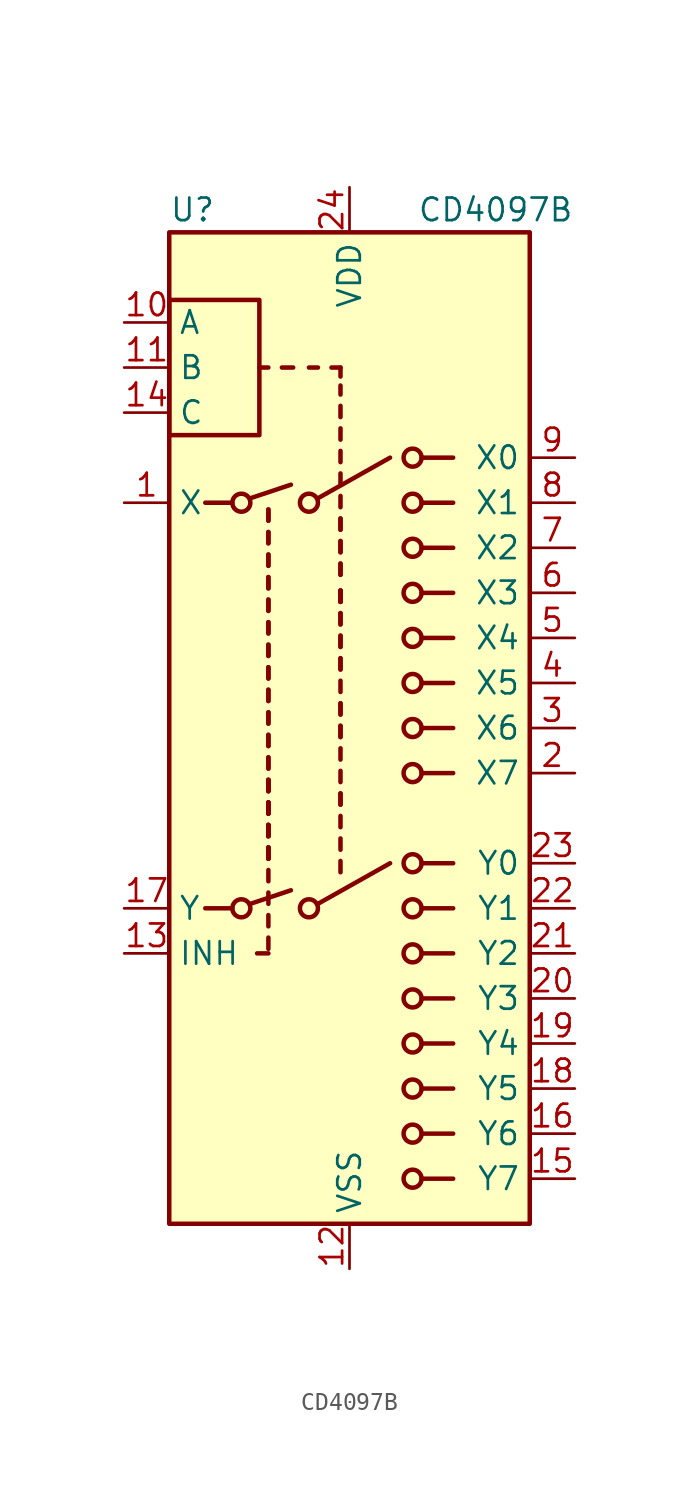
<source format=kicad_sym>
(kicad_symbol_lib
  (version 20201005)
  (generator kicad_symbol_editor)
  (symbol "Analog_Switch:CD4097B"
    (property "Reference" "U"
      (at -10.16 29.21 0)
      (effects (font (size 1.27 1.27)) (justify left)))
    (property "Value" "CD4097B"
      (at 3.81 29.21 0)
      (effects (font (size 1.27 1.27)) (justify left)))
    (symbol "CD4097B_0_1"
      (circle (center -6.096 -10.16) (radius 0.508) (stroke (width 0.254)) (fill (type none)))
      (circle (center -6.096 12.7) (radius 0.508) (stroke (width 0.254)) (fill (type none)))
      (circle (center -2.286 -10.16) (radius 0.508) (stroke (width 0.254)) (fill (type none)))
      (circle (center -2.286 12.7) (radius 0.508) (stroke (width 0.254)) (fill (type none)))
      (circle (center 3.556 -25.4) (radius 0.508) (stroke (width 0.254)) (fill (type none)))
      (circle (center 3.556 -15.24) (radius 0.508) (stroke (width 0.254)) (fill (type none)))
      (circle (center 3.556 -12.7) (radius 0.508) (stroke (width 0.254)) (fill (type none)))
      (circle (center 3.556 -10.16) (radius 0.508) (stroke (width 0.254)) (fill (type none)))
      (circle (center 3.556 -7.62) (radius 0.508) (stroke (width 0.254)) (fill (type none)))
      (circle (center 3.556 7.62) (radius 0.508) (stroke (width 0.254)) (fill (type none)))
      (circle (center 3.556 10.16) (radius 0.508) (stroke (width 0.254)) (fill (type none)))
      (circle (center 3.556 12.7) (radius 0.508) (stroke (width 0.254)) (fill (type none)))
      (circle (center 3.556 15.24) (radius 0.508) (stroke (width 0.254)) (fill (type none)))
      (rectangle (start -10.16 24.13) (end -5.08 16.51) (stroke (width 0.254)) (fill (type none)))
      (rectangle (start -10.16 27.94) (end 10.16 -27.94) (stroke (width 0.254)) (fill (type background)))
      (polyline (pts (xy -8.128 -10.16) (xy -6.604 -10.16)) (stroke (width 0.254)) (fill (type none)))
      (polyline (pts (xy -8.128 12.7) (xy -6.604 12.7)) (stroke (width 0.254)) (fill (type none)))
      (polyline (pts (xy -5.588 -9.906) (xy -3.302 -9.144)) (stroke (width 0.254)) (fill (type none)))
      (polyline (pts (xy -5.588 12.954) (xy -3.302 13.716)) (stroke (width 0.254)) (fill (type none)))
      (polyline (pts (xy -4.572 -12.7) (xy -5.207 -12.7)) (stroke (width 0.254)) (fill (type none)))
      (polyline (pts (xy -4.572 -12.446) (xy -4.572 -11.811)) (stroke (width 0.254)) (fill (type none)))
      (polyline (pts (xy -4.572 -11.176) (xy -4.572 -10.541)) (stroke (width 0.254)) (fill (type none)))
      (polyline (pts (xy -4.572 -7.366) (xy -4.572 -6.731)) (stroke (width 0.254)) (fill (type none)))
      (polyline (pts (xy -4.572 -7.366) (xy -4.572 -6.731)) (stroke (width 0.254)) (fill (type none)))
      (polyline (pts (xy -4.572 -7.366) (xy -4.572 -6.731)) (stroke (width 0.254)) (fill (type none)))
      (polyline (pts (xy -4.572 -7.366) (xy -4.572 -6.731)) (stroke (width 0.254)) (fill (type none)))
      (polyline (pts (xy -4.572 -6.096) (xy -4.572 -5.461)) (stroke (width 0.254)) (fill (type none)))
      (polyline (pts (xy -4.572 -6.096) (xy -4.572 -5.461)) (stroke (width 0.254)) (fill (type none)))
      (polyline (pts (xy -4.572 -6.096) (xy -4.572 -5.461)) (stroke (width 0.254)) (fill (type none)))
      (polyline (pts (xy -4.572 -6.096) (xy -4.572 -5.461)) (stroke (width 0.254)) (fill (type none)))
      (polyline (pts (xy -4.572 -4.826) (xy -4.572 -4.191)) (stroke (width 0.254)) (fill (type none)))
      (polyline (pts (xy -4.572 -4.826) (xy -4.572 -4.191)) (stroke (width 0.254)) (fill (type none)))
      (polyline (pts (xy -4.572 -4.826) (xy -4.572 -4.191)) (stroke (width 0.254)) (fill (type none)))
      (polyline (pts (xy -4.572 -4.826) (xy -4.572 -4.191)) (stroke (width 0.254)) (fill (type none)))
      (polyline (pts (xy -4.572 -3.556) (xy -4.572 -2.921)) (stroke (width 0.254)) (fill (type none)))
      (polyline (pts (xy -4.572 -3.556) (xy -4.572 -2.921)) (stroke (width 0.254)) (fill (type none)))
      (polyline (pts (xy -4.572 -3.556) (xy -4.572 -2.921)) (stroke (width 0.254)) (fill (type none)))
      (polyline (pts (xy -4.572 -3.556) (xy -4.572 -2.921)) (stroke (width 0.254)) (fill (type none)))
      (polyline (pts (xy -4.572 -2.286) (xy -4.572 -1.651)) (stroke (width 0.254)) (fill (type none)))
      (polyline (pts (xy -4.572 -2.286) (xy -4.572 -1.651)) (stroke (width 0.254)) (fill (type none)))
      (polyline (pts (xy -4.572 -1.016) (xy -4.572 -0.381)) (stroke (width 0.254)) (fill (type none)))
      (polyline (pts (xy -4.572 -1.016) (xy -4.572 -0.381)) (stroke (width 0.254)) (fill (type none)))
      (polyline (pts (xy -4.572 0.254) (xy -4.572 0.889)) (stroke (width 0.254)) (fill (type none)))
      (polyline (pts (xy -4.572 0.254) (xy -4.572 0.889)) (stroke (width 0.254)) (fill (type none)))
      (polyline (pts (xy -4.572 1.524) (xy -4.572 2.159)) (stroke (width 0.254)) (fill (type none)))
      (polyline (pts (xy -4.572 1.524) (xy -4.572 2.159)) (stroke (width 0.254)) (fill (type none)))
      (polyline (pts (xy -4.572 2.794) (xy -4.572 3.429)) (stroke (width 0.254)) (fill (type none)))
      (polyline (pts (xy -4.572 2.794) (xy -4.572 3.429)) (stroke (width 0.254)) (fill (type none)))
      (polyline (pts (xy -4.572 4.064) (xy -4.572 4.699)) (stroke (width 0.254)) (fill (type none)))
      (polyline (pts (xy -4.572 4.064) (xy -4.572 4.699)) (stroke (width 0.254)) (fill (type none)))
      (polyline (pts (xy -4.572 5.334) (xy -4.572 5.969)) (stroke (width 0.254)) (fill (type none)))
      (polyline (pts (xy -4.572 5.334) (xy -4.572 5.969)) (stroke (width 0.254)) (fill (type none)))
      (polyline (pts (xy -4.572 6.604) (xy -4.572 7.239)) (stroke (width 0.254)) (fill (type none)))
      (polyline (pts (xy -4.572 6.604) (xy -4.572 7.239)) (stroke (width 0.254)) (fill (type none)))
      (polyline (pts (xy -4.572 7.874) (xy -4.572 8.509)) (stroke (width 0.254)) (fill (type none)))
      (polyline (pts (xy -4.572 7.874) (xy -4.572 8.509)) (stroke (width 0.254)) (fill (type none)))
      (polyline (pts (xy -4.572 9.144) (xy -4.572 9.779)) (stroke (width 0.254)) (fill (type none)))
      (polyline (pts (xy -4.572 9.144) (xy -4.572 9.779)) (stroke (width 0.254)) (fill (type none)))
      (polyline (pts (xy -4.572 10.414) (xy -4.572 11.049)) (stroke (width 0.254)) (fill (type none)))
      (polyline (pts (xy -4.572 10.414) (xy -4.572 11.049)) (stroke (width 0.254)) (fill (type none)))
      (polyline (pts (xy -4.572 11.684) (xy -4.572 12.319)) (stroke (width 0.254)) (fill (type none)))
      (polyline (pts (xy -4.572 11.684) (xy -4.572 12.319)) (stroke (width 0.254)) (fill (type none)))
      (polyline (pts (xy -4.572 20.32) (xy -5.08 20.32)) (stroke (width 0.254)) (fill (type none)))
      (polyline (pts (xy -3.81 20.32) (xy -3.175 20.32)) (stroke (width 0.254)) (fill (type none)))
      (polyline (pts (xy -1.778 -9.906) (xy 2.286 -7.62)) (stroke (width 0.254)) (fill (type none)))
      (polyline (pts (xy -1.778 12.954) (xy 2.286 15.24)) (stroke (width 0.254)) (fill (type none)))
      (polyline (pts (xy -1.778 20.32) (xy -2.286 20.32)) (stroke (width 0.254)) (fill (type none)))
      (polyline (pts (xy -0.508 -4.318) (xy -0.508 -3.683)) (stroke (width 0.254)) (fill (type none)))
      (polyline (pts (xy -0.508 -4.318) (xy -0.508 -3.683)) (stroke (width 0.254)) (fill (type none)))
      (polyline (pts (xy -0.508 -3.048) (xy -0.508 -2.413)) (stroke (width 0.254)) (fill (type none)))
      (polyline (pts (xy -0.508 -1.778) (xy -0.508 -1.143)) (stroke (width 0.254)) (fill (type none)))
      (polyline (pts (xy -0.508 -0.508) (xy -0.508 0.127)) (stroke (width 0.254)) (fill (type none)))
      (polyline (pts (xy -0.508 -0.508) (xy -0.508 0.127)) (stroke (width 0.254)) (fill (type none)))
      (polyline (pts (xy -0.508 0.762) (xy -0.508 1.397)) (stroke (width 0.254)) (fill (type none)))
      (polyline (pts (xy -0.508 0.762) (xy -0.508 1.397)) (stroke (width 0.254)) (fill (type none)))
      (polyline (pts (xy -0.508 2.032) (xy -0.508 2.667)) (stroke (width 0.254)) (fill (type none)))
      (polyline (pts (xy -0.508 3.302) (xy -0.508 3.937)) (stroke (width 0.254)) (fill (type none)))
      (polyline (pts (xy -0.508 3.302) (xy -0.508 3.937)) (stroke (width 0.254)) (fill (type none)))
      (polyline (pts (xy -0.508 4.572) (xy -0.508 5.207)) (stroke (width 0.254)) (fill (type none)))
      (polyline (pts (xy -0.508 4.572) (xy -0.508 5.207)) (stroke (width 0.254)) (fill (type none)))
      (polyline (pts (xy -0.508 5.842) (xy -0.508 6.477)) (stroke (width 0.254)) (fill (type none)))
      (polyline (pts (xy -0.508 5.842) (xy -0.508 6.477)) (stroke (width 0.254)) (fill (type none)))
      (polyline (pts (xy -0.508 7.112) (xy -0.508 7.747)) (stroke (width 0.254)) (fill (type none)))
      (polyline (pts (xy -0.508 7.112) (xy -0.508 7.747)) (stroke (width 0.254)) (fill (type none)))
      (polyline (pts (xy -0.508 7.112) (xy -0.508 7.747)) (stroke (width 0.254)) (fill (type none)))
      (polyline (pts (xy -0.508 7.112) (xy -0.508 7.747)) (stroke (width 0.254)) (fill (type none)))
      (polyline (pts (xy -0.508 8.636) (xy -0.508 9.271)) (stroke (width 0.254)) (fill (type none)))
      (polyline (pts (xy -0.508 8.636) (xy -0.508 9.271)) (stroke (width 0.254)) (fill (type none)))
      (polyline (pts (xy -0.508 9.906) (xy -0.508 10.541)) (stroke (width 0.254)) (fill (type none)))
      (polyline (pts (xy -0.508 9.906) (xy -0.508 10.541)) (stroke (width 0.254)) (fill (type none)))
      (polyline (pts (xy -0.508 11.176) (xy -0.508 11.811)) (stroke (width 0.254)) (fill (type none)))
      (polyline (pts (xy -0.508 11.176) (xy -0.508 11.811)) (stroke (width 0.254)) (fill (type none)))
      (polyline (pts (xy -0.508 12.446) (xy -0.508 13.081)) (stroke (width 0.254)) (fill (type none)))
      (polyline (pts (xy -0.508 13.716) (xy -0.508 14.351)) (stroke (width 0.254)) (fill (type none)))
      (polyline (pts (xy -0.508 18.796) (xy -0.508 19.304)) (stroke (width 0.254)) (fill (type none)))
      (polyline (pts (xy -0.508 19.812) (xy -0.508 20.32)) (stroke (width 0.254)) (fill (type none)))
      (polyline (pts (xy -0.508 20.32) (xy -1.016 20.32)) (stroke (width 0.254)) (fill (type none)))
      (polyline (pts (xy 4.064 -25.4) (xy 5.842 -25.4)) (stroke (width 0.254)) (fill (type none)))
      (polyline (pts (xy 4.064 -15.24) (xy 5.842 -15.24)) (stroke (width 0.254)) (fill (type none)))
      (polyline (pts (xy 4.064 -12.7) (xy 5.842 -12.7)) (stroke (width 0.254)) (fill (type none)))
      (polyline (pts (xy 4.064 -10.16) (xy 5.842 -10.16)) (stroke (width 0.254)) (fill (type none)))
      (polyline (pts (xy 4.064 -7.62) (xy 5.842 -7.62)) (stroke (width 0.254)) (fill (type none)))
      (polyline (pts (xy 4.064 7.62) (xy 5.842 7.62)) (stroke (width 0.254)) (fill (type none)))
      (polyline (pts (xy 4.064 10.16) (xy 5.842 10.16)) (stroke (width 0.254)) (fill (type none)))
      (polyline (pts (xy 4.064 12.7) (xy 5.842 12.7)) (stroke (width 0.254)) (fill (type none)))
      (polyline (pts (xy 4.064 15.24) (xy 5.842 15.24)) (stroke (width 0.254)) (fill (type none))))
    (symbol "CD4097B_1_1"
      (circle (center 3.556 -22.86) (radius 0.508) (stroke (width 0.254)) (fill (type none)))
      (circle (center 3.556 -20.32) (radius 0.508) (stroke (width 0.254)) (fill (type none)))
      (circle (center 3.556 -17.78) (radius 0.508) (stroke (width 0.254)) (fill (type none)))
      (circle (center 3.556 -2.54) (radius 0.508) (stroke (width 0.254)) (fill (type none)))
      (circle (center 3.556 0) (radius 0.508) (stroke (width 0.254)) (fill (type none)))
      (circle (center 3.556 2.54) (radius 0.508) (stroke (width 0.254)) (fill (type none)))
      (circle (center 3.556 5.08) (radius 0.508) (stroke (width 0.254)) (fill (type none)))
      (polyline (pts (xy -4.572 -9.906) (xy -4.572 -9.271)) (stroke (width 0.254)) (fill (type none)))
      (polyline (pts (xy -4.572 -8.636) (xy -4.572 -8.001)) (stroke (width 0.254)) (fill (type none)))
      (polyline (pts (xy -0.508 -8.128) (xy -0.508 -7.493)) (stroke (width 0.254)) (fill (type none)))
      (polyline (pts (xy -0.508 -6.858) (xy -0.508 -6.223)) (stroke (width 0.254)) (fill (type none)))
      (polyline (pts (xy -0.508 -5.588) (xy -0.508 -4.953)) (stroke (width 0.254)) (fill (type none)))
      (polyline (pts (xy -0.508 14.986) (xy -0.508 15.621)) (stroke (width 0.254)) (fill (type none)))
      (polyline (pts (xy -0.508 16.256) (xy -0.508 16.891)) (stroke (width 0.254)) (fill (type none)))
      (polyline (pts (xy -0.508 17.526) (xy -0.508 18.161)) (stroke (width 0.254)) (fill (type none)))
      (polyline (pts (xy 4.064 -22.86) (xy 5.842 -22.86)) (stroke (width 0.254)) (fill (type none)))
      (polyline (pts (xy 4.064 -20.32) (xy 5.842 -20.32)) (stroke (width 0.254)) (fill (type none)))
      (polyline (pts (xy 4.064 -17.78) (xy 5.842 -17.78)) (stroke (width 0.254)) (fill (type none)))
      (polyline (pts (xy 4.064 -2.54) (xy 5.842 -2.54)) (stroke (width 0.254)) (fill (type none)))
      (polyline (pts (xy 4.064 0) (xy 5.842 0)) (stroke (width 0.254)) (fill (type none)))
      (polyline (pts (xy 4.064 2.54) (xy 5.842 2.54)) (stroke (width 0.254)) (fill (type none)))
      (polyline (pts (xy 4.064 5.08) (xy 5.842 5.08)) (stroke (width 0.254)) (fill (type none)))
      (pin bidirectional line (at -12.7 12.7 0) (length 2.54) (name "X" (effects (font (size 1.27 1.27)))) (number "1" (effects (font (size 1.27 1.27)))))
      (pin input line (at -12.7 22.86 0) (length 2.54) (name "A" (effects (font (size 1.27 1.27)))) (number "10" (effects (font (size 1.27 1.27)))))
      (pin input line (at -12.7 20.32 0) (length 2.54) (name "B" (effects (font (size 1.27 1.27)))) (number "11" (effects (font (size 1.27 1.27)))))
      (pin power_in line (at 0 -30.48 90) (length 2.54) (name "VSS" (effects (font (size 1.27 1.27)))) (number "12" (effects (font (size 1.27 1.27)))))
      (pin input line (at -12.7 -12.7 0) (length 2.54) (name "INH" (effects (font (size 1.27 1.27)))) (number "13" (effects (font (size 1.27 1.27)))))
      (pin input line (at -12.7 17.78 0) (length 2.54) (name "C" (effects (font (size 1.27 1.27)))) (number "14" (effects (font (size 1.27 1.27)))))
      (pin bidirectional line (at 12.7 -25.4 180) (length 2.54) (name "Y7" (effects (font (size 1.27 1.27)))) (number "15" (effects (font (size 1.27 1.27)))))
      (pin bidirectional line (at 12.7 -22.86 180) (length 2.54) (name "Y6" (effects (font (size 1.27 1.27)))) (number "16" (effects (font (size 1.27 1.27)))))
      (pin bidirectional line (at -12.7 -10.16 0) (length 2.54) (name "Y" (effects (font (size 1.27 1.27)))) (number "17" (effects (font (size 1.27 1.27)))))
      (pin bidirectional line (at 12.7 -20.32 180) (length 2.54) (name "Y5" (effects (font (size 1.27 1.27)))) (number "18" (effects (font (size 1.27 1.27)))))
      (pin bidirectional line (at 12.7 -17.78 180) (length 2.54) (name "Y4" (effects (font (size 1.27 1.27)))) (number "19" (effects (font (size 1.27 1.27)))))
      (pin bidirectional line (at 12.7 -2.54 180) (length 2.54) (name "X7" (effects (font (size 1.27 1.27)))) (number "2" (effects (font (size 1.27 1.27)))))
      (pin bidirectional line (at 12.7 -15.24 180) (length 2.54) (name "Y3" (effects (font (size 1.27 1.27)))) (number "20" (effects (font (size 1.27 1.27)))))
      (pin bidirectional line (at 12.7 -12.7 180) (length 2.54) (name "Y2" (effects (font (size 1.27 1.27)))) (number "21" (effects (font (size 1.27 1.27)))))
      (pin bidirectional line (at 12.7 -10.16 180) (length 2.54) (name "Y1" (effects (font (size 1.27 1.27)))) (number "22" (effects (font (size 1.27 1.27)))))
      (pin bidirectional line (at 12.7 -7.62 180) (length 2.54) (name "Y0" (effects (font (size 1.27 1.27)))) (number "23" (effects (font (size 1.27 1.27)))))
      (pin power_in line (at 0 30.48 270) (length 2.54) (name "VDD" (effects (font (size 1.27 1.27)))) (number "24" (effects (font (size 1.27 1.27)))))
      (pin bidirectional line (at 12.7 0 180) (length 2.54) (name "X6" (effects (font (size 1.27 1.27)))) (number "3" (effects (font (size 1.27 1.27)))))
      (pin bidirectional line (at 12.7 2.54 180) (length 2.54) (name "X5" (effects (font (size 1.27 1.27)))) (number "4" (effects (font (size 1.27 1.27)))))
      (pin bidirectional line (at 12.7 5.08 180) (length 2.54) (name "X4" (effects (font (size 1.27 1.27)))) (number "5" (effects (font (size 1.27 1.27)))))
      (pin bidirectional line (at 12.7 7.62 180) (length 2.54) (name "X3" (effects (font (size 1.27 1.27)))) (number "6" (effects (font (size 1.27 1.27)))))
      (pin bidirectional line (at 12.7 10.16 180) (length 2.54) (name "X2" (effects (font (size 1.27 1.27)))) (number "7" (effects (font (size 1.27 1.27)))))
      (pin bidirectional line (at 12.7 12.7 180) (length 2.54) (name "X1" (effects (font (size 1.27 1.27)))) (number "8" (effects (font (size 1.27 1.27)))))
      (pin bidirectional line (at 12.7 15.24 180) (length 2.54) (name "X0" (effects (font (size 1.27 1.27)))) (number "9" (effects (font (size 1.27 1.27))))))))
</source>
